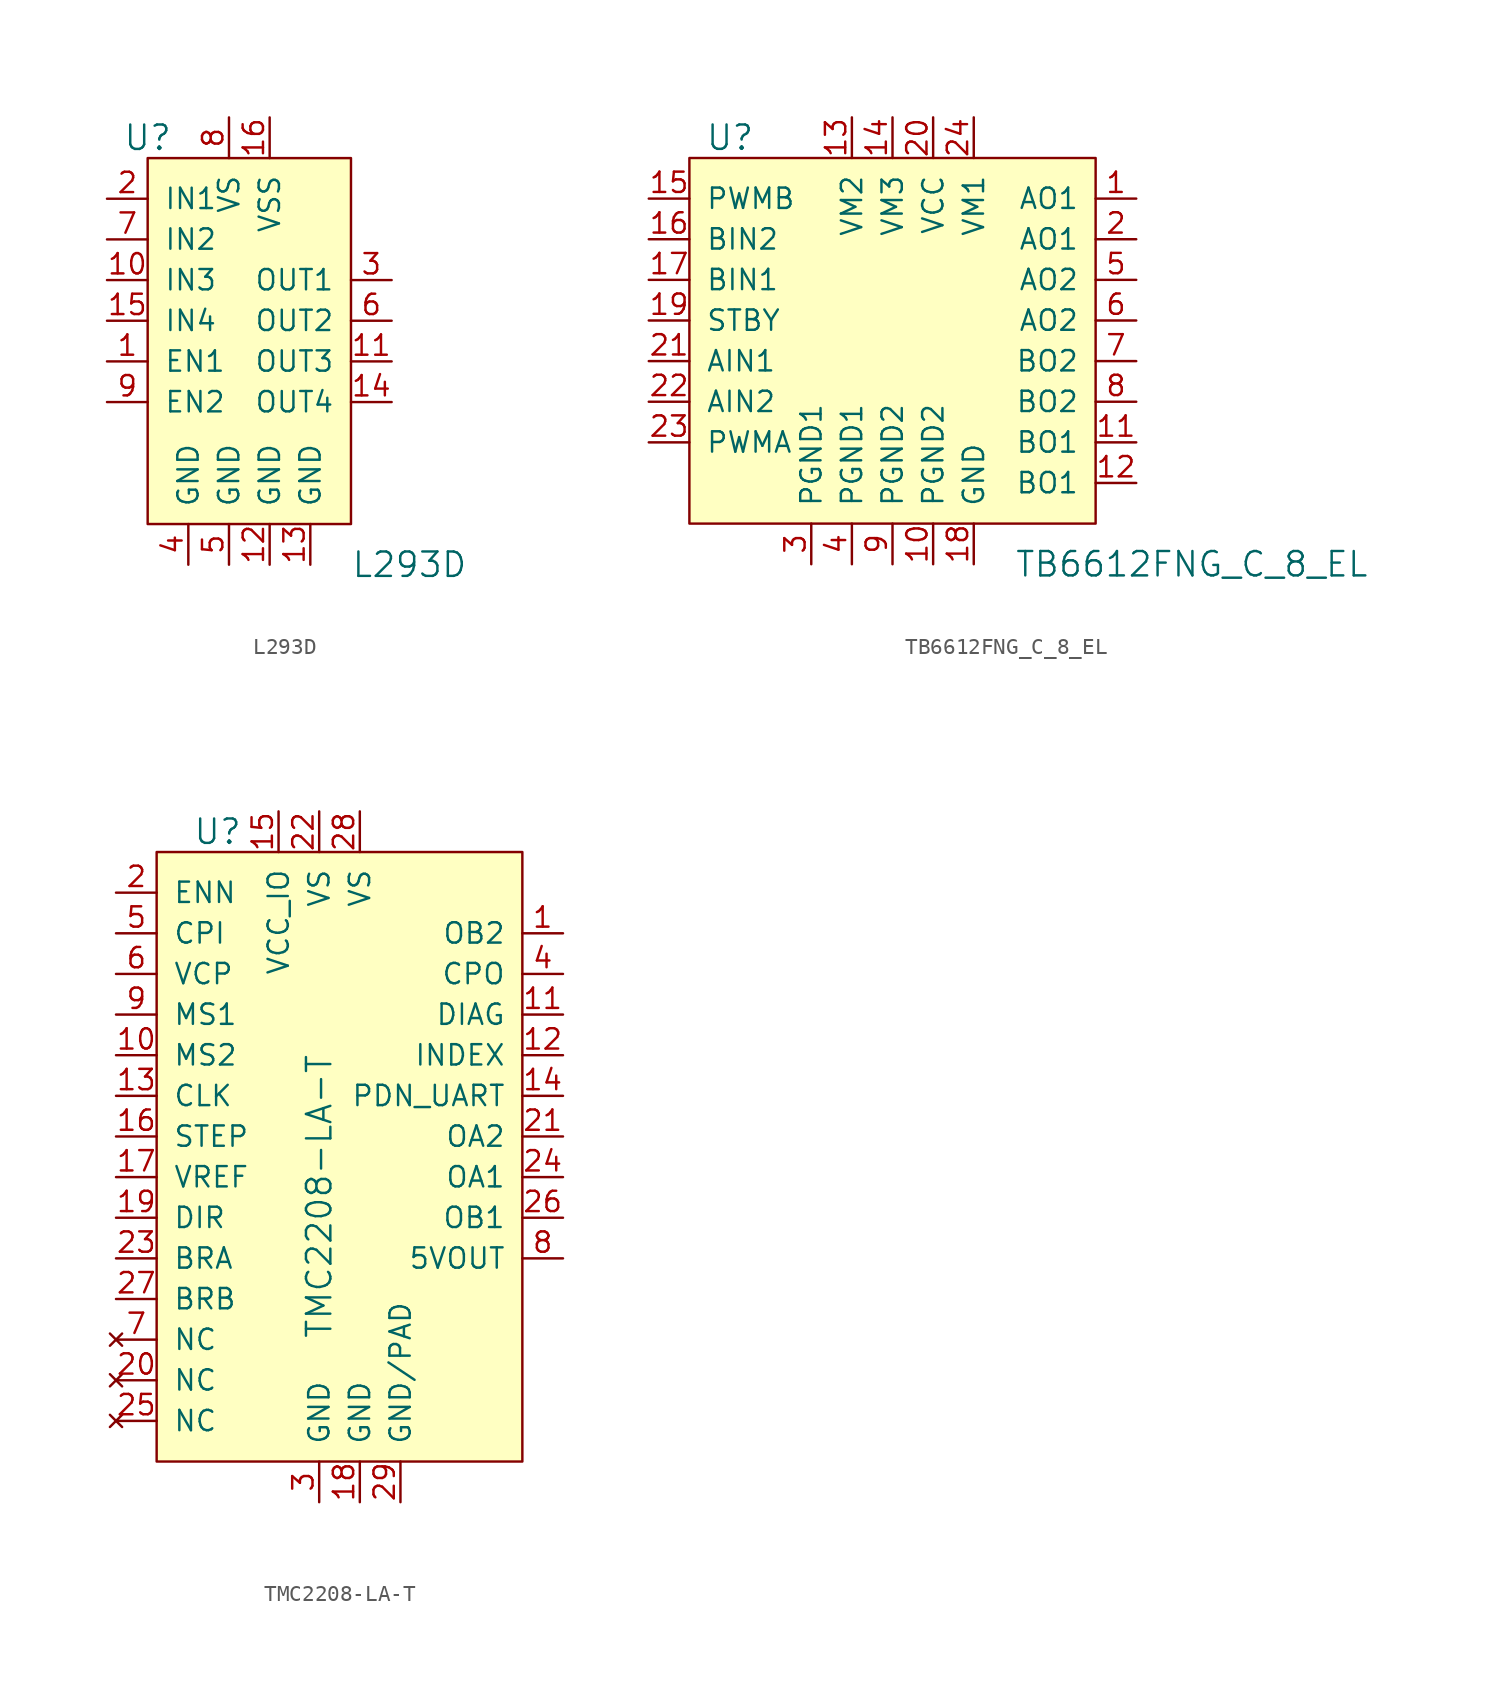
<source format=kicad_sym>
(kicad_symbol_lib
  (version 20211014)
  (generator kicad_symbol_editor)
  (symbol "L293D"
    (pin_names
      (offset 1.016))
    (property "Reference" "U"
      (at -5.08 11.43 0)
      (effects (font (size 1.524 1.524))))
    (property "Value" "L293D"
      (at 7.62 -15.24 0)
      (effects (font (size 1.524 1.524)) (justify left)))
    (symbol "L293D_0_1"
      (rectangle (start -5.08 10.16) (end 7.62 -12.7) (stroke (width 0) (type default) (color 0 0 0 0)) (fill (type background))))
    (symbol "L293D_1_1"
      (pin input line (at -7.62 -2.54 0) (length 2.54) (name "EN1" (effects (font (size 1.27 1.27)))) (number "1" (effects (font (size 1.27 1.27)))))
      (pin input line (at -7.62 2.54 0) (length 2.54) (name "IN3" (effects (font (size 1.27 1.27)))) (number "10" (effects (font (size 1.27 1.27)))))
      (pin output line (at 10.16 -2.54 180) (length 2.54) (name "OUT3" (effects (font (size 1.27 1.27)))) (number "11" (effects (font (size 1.27 1.27)))))
      (pin power_in line (at 2.54 -15.24 90) (length 2.54) (name "GND" (effects (font (size 1.27 1.27)))) (number "12" (effects (font (size 1.27 1.27)))))
      (pin power_in line (at 5.08 -15.24 90) (length 2.54) (name "GND" (effects (font (size 1.27 1.27)))) (number "13" (effects (font (size 1.27 1.27)))))
      (pin output line (at 10.16 -5.08 180) (length 2.54) (name "OUT4" (effects (font (size 1.27 1.27)))) (number "14" (effects (font (size 1.27 1.27)))))
      (pin input line (at -7.62 0 0) (length 2.54) (name "IN4" (effects (font (size 1.27 1.27)))) (number "15" (effects (font (size 1.27 1.27)))))
      (pin power_in line (at 2.54 12.7 270) (length 2.54) (name "VSS" (effects (font (size 1.27 1.27)))) (number "16" (effects (font (size 1.27 1.27)))))
      (pin input line (at -7.62 7.62 0) (length 2.54) (name "IN1" (effects (font (size 1.27 1.27)))) (number "2" (effects (font (size 1.27 1.27)))))
      (pin output line (at 10.16 2.54 180) (length 2.54) (name "OUT1" (effects (font (size 1.27 1.27)))) (number "3" (effects (font (size 1.27 1.27)))))
      (pin power_in line (at -2.54 -15.24 90) (length 2.54) (name "GND" (effects (font (size 1.27 1.27)))) (number "4" (effects (font (size 1.27 1.27)))))
      (pin power_in line (at 0 -15.24 90) (length 2.54) (name "GND" (effects (font (size 1.27 1.27)))) (number "5" (effects (font (size 1.27 1.27)))))
      (pin output line (at 10.16 0 180) (length 2.54) (name "OUT2" (effects (font (size 1.27 1.27)))) (number "6" (effects (font (size 1.27 1.27)))))
      (pin input line (at -7.62 5.08 0) (length 2.54) (name "IN2" (effects (font (size 1.27 1.27)))) (number "7" (effects (font (size 1.27 1.27)))))
      (pin power_in line (at 0 12.7 270) (length 2.54) (name "VS" (effects (font (size 1.27 1.27)))) (number "8" (effects (font (size 1.27 1.27)))))
      (pin input line (at -7.62 -5.08 0) (length 2.54) (name "EN2" (effects (font (size 1.27 1.27)))) (number "9" (effects (font (size 1.27 1.27)))))))
  (symbol "TB6612FNG_C_8_EL"
    (pin_names
      (offset 1.016))
    (property "Reference" "U"
      (at -12.7 11.43 0)
      (effects (font (size 1.524 1.524))))
    (property "Value" "TB6612FNG_C_8_EL"
      (at 5.08 -15.24 0)
      (effects (font (size 1.524 1.524)) (justify left)))
    (symbol "TB6612FNG_C_8_EL_0_1"
      (rectangle (start -15.24 10.16) (end 10.16 -12.7) (stroke (width 0) (type default) (color 0 0 0 0)) (fill (type background))))
    (symbol "TB6612FNG_C_8_EL_1_1"
      (pin output line (at 12.7 7.62 180) (length 2.54) (name "AO1" (effects (font (size 1.27 1.27)))) (number "1" (effects (font (size 1.27 1.27)))))
      (pin power_in line (at 0 -15.24 90) (length 2.54) (name "PGND2" (effects (font (size 1.27 1.27)))) (number "10" (effects (font (size 1.27 1.27)))))
      (pin output line (at 12.7 -7.62 180) (length 2.54) (name "BO1" (effects (font (size 1.27 1.27)))) (number "11" (effects (font (size 1.27 1.27)))))
      (pin output line (at 12.7 -10.16 180) (length 2.54) (name "BO1" (effects (font (size 1.27 1.27)))) (number "12" (effects (font (size 1.27 1.27)))))
      (pin power_in line (at -5.08 12.7 270) (length 2.54) (name "VM2" (effects (font (size 1.27 1.27)))) (number "13" (effects (font (size 1.27 1.27)))))
      (pin power_in line (at -2.54 12.7 270) (length 2.54) (name "VM3" (effects (font (size 1.27 1.27)))) (number "14" (effects (font (size 1.27 1.27)))))
      (pin input line (at -17.78 7.62 0) (length 2.54) (name "PWMB" (effects (font (size 1.27 1.27)))) (number "15" (effects (font (size 1.27 1.27)))))
      (pin input line (at -17.78 5.08 0) (length 2.54) (name "BIN2" (effects (font (size 1.27 1.27)))) (number "16" (effects (font (size 1.27 1.27)))))
      (pin input line (at -17.78 2.54 0) (length 2.54) (name "BIN1" (effects (font (size 1.27 1.27)))) (number "17" (effects (font (size 1.27 1.27)))))
      (pin power_in line (at 2.54 -15.24 90) (length 2.54) (name "GND" (effects (font (size 1.27 1.27)))) (number "18" (effects (font (size 1.27 1.27)))))
      (pin input line (at -17.78 0 0) (length 2.54) (name "STBY" (effects (font (size 1.27 1.27)))) (number "19" (effects (font (size 1.27 1.27)))))
      (pin output line (at 12.7 5.08 180) (length 2.54) (name "AO1" (effects (font (size 1.27 1.27)))) (number "2" (effects (font (size 1.27 1.27)))))
      (pin power_in line (at 0 12.7 270) (length 2.54) (name "VCC" (effects (font (size 1.27 1.27)))) (number "20" (effects (font (size 1.27 1.27)))))
      (pin input line (at -17.78 -2.54 0) (length 2.54) (name "AIN1" (effects (font (size 1.27 1.27)))) (number "21" (effects (font (size 1.27 1.27)))))
      (pin input line (at -17.78 -5.08 0) (length 2.54) (name "AIN2" (effects (font (size 1.27 1.27)))) (number "22" (effects (font (size 1.27 1.27)))))
      (pin input line (at -17.78 -7.62 0) (length 2.54) (name "PWMA" (effects (font (size 1.27 1.27)))) (number "23" (effects (font (size 1.27 1.27)))))
      (pin power_in line (at 2.54 12.7 270) (length 2.54) (name "VM1" (effects (font (size 1.27 1.27)))) (number "24" (effects (font (size 1.27 1.27)))))
      (pin power_in line (at -7.62 -15.24 90) (length 2.54) (name "PGND1" (effects (font (size 1.27 1.27)))) (number "3" (effects (font (size 1.27 1.27)))))
      (pin power_in line (at -5.08 -15.24 90) (length 2.54) (name "PGND1" (effects (font (size 1.27 1.27)))) (number "4" (effects (font (size 1.27 1.27)))))
      (pin output line (at 12.7 2.54 180) (length 2.54) (name "AO2" (effects (font (size 1.27 1.27)))) (number "5" (effects (font (size 1.27 1.27)))))
      (pin output line (at 12.7 0 180) (length 2.54) (name "AO2" (effects (font (size 1.27 1.27)))) (number "6" (effects (font (size 1.27 1.27)))))
      (pin output line (at 12.7 -2.54 180) (length 2.54) (name "BO2" (effects (font (size 1.27 1.27)))) (number "7" (effects (font (size 1.27 1.27)))))
      (pin output line (at 12.7 -5.08 180) (length 2.54) (name "BO2" (effects (font (size 1.27 1.27)))) (number "8" (effects (font (size 1.27 1.27)))))
      (pin power_in line (at -2.54 -15.24 90) (length 2.54) (name "PGND2" (effects (font (size 1.27 1.27)))) (number "9" (effects (font (size 1.27 1.27)))))))
  (symbol "TMC2208-LA-T"
    (pin_names
      (offset 1.016))
    (property "Reference" "U"
      (at -1.27 19.05 0)
      (effects (font (size 1.524 1.524))))
    (property "Value" "TMC2208-LA-T"
      (at 5.08 -12.7 90)
      (effects (font (size 1.524 1.524)) (justify left)))
    (symbol "TMC2208-LA-T_0_1"
      (rectangle (start -5.08 17.78) (end 17.78 -20.32) (stroke (width 0) (type default) (color 0 0 0 0)) (fill (type background))))
    (symbol "TMC2208-LA-T_1_1"
      (pin output line (at 20.32 12.7 180) (length 2.54) (name "OB2" (effects (font (size 1.27 1.27)))) (number "1" (effects (font (size 1.27 1.27)))))
      (pin input line (at -7.62 5.08 0) (length 2.54) (name "MS2" (effects (font (size 1.27 1.27)))) (number "10" (effects (font (size 1.27 1.27)))))
      (pin output line (at 20.32 7.62 180) (length 2.54) (name "DIAG" (effects (font (size 1.27 1.27)))) (number "11" (effects (font (size 1.27 1.27)))))
      (pin output line (at 20.32 5.08 180) (length 2.54) (name "INDEX" (effects (font (size 1.27 1.27)))) (number "12" (effects (font (size 1.27 1.27)))))
      (pin input line (at -7.62 2.54 0) (length 2.54) (name "CLK" (effects (font (size 1.27 1.27)))) (number "13" (effects (font (size 1.27 1.27)))))
      (pin output line (at 20.32 2.54 180) (length 2.54) (name "PDN_UART" (effects (font (size 1.27 1.27)))) (number "14" (effects (font (size 1.27 1.27)))))
      (pin power_in line (at 2.54 20.32 270) (length 2.54) (name "VCC_IO" (effects (font (size 1.27 1.27)))) (number "15" (effects (font (size 1.27 1.27)))))
      (pin input line (at -7.62 0 0) (length 2.54) (name "STEP" (effects (font (size 1.27 1.27)))) (number "16" (effects (font (size 1.27 1.27)))))
      (pin input line (at -7.62 -2.54 0) (length 2.54) (name "VREF" (effects (font (size 1.27 1.27)))) (number "17" (effects (font (size 1.27 1.27)))))
      (pin power_in line (at 7.62 -22.86 90) (length 2.54) (name "GND" (effects (font (size 1.27 1.27)))) (number "18" (effects (font (size 1.27 1.27)))))
      (pin input line (at -7.62 -5.08 0) (length 2.54) (name "DIR" (effects (font (size 1.27 1.27)))) (number "19" (effects (font (size 1.27 1.27)))))
      (pin input line (at -7.62 15.24 0) (length 2.54) (name "ENN" (effects (font (size 1.27 1.27)))) (number "2" (effects (font (size 1.27 1.27)))))
      (pin no_connect line (at -7.62 -15.24 0) (length 2.54) (name "NC" (effects (font (size 1.27 1.27)))) (number "20" (effects (font (size 1.27 1.27)))))
      (pin output line (at 20.32 0 180) (length 2.54) (name "OA2" (effects (font (size 1.27 1.27)))) (number "21" (effects (font (size 1.27 1.27)))))
      (pin power_in line (at 5.08 20.32 270) (length 2.54) (name "VS" (effects (font (size 1.27 1.27)))) (number "22" (effects (font (size 1.27 1.27)))))
      (pin input line (at -7.62 -7.62 0) (length 2.54) (name "BRA" (effects (font (size 1.27 1.27)))) (number "23" (effects (font (size 1.27 1.27)))))
      (pin output line (at 20.32 -2.54 180) (length 2.54) (name "OA1" (effects (font (size 1.27 1.27)))) (number "24" (effects (font (size 1.27 1.27)))))
      (pin no_connect line (at -7.62 -17.78 0) (length 2.54) (name "NC" (effects (font (size 1.27 1.27)))) (number "25" (effects (font (size 1.27 1.27)))))
      (pin output line (at 20.32 -5.08 180) (length 2.54) (name "OB1" (effects (font (size 1.27 1.27)))) (number "26" (effects (font (size 1.27 1.27)))))
      (pin input line (at -7.62 -10.16 0) (length 2.54) (name "BRB" (effects (font (size 1.27 1.27)))) (number "27" (effects (font (size 1.27 1.27)))))
      (pin power_in line (at 7.62 20.32 270) (length 2.54) (name "VS" (effects (font (size 1.27 1.27)))) (number "28" (effects (font (size 1.27 1.27)))))
      (pin power_in line (at 10.16 -22.86 90) (length 2.54) (name "GND/PAD" (effects (font (size 1.27 1.27)))) (number "29" (effects (font (size 1.27 1.27)))))
      (pin power_in line (at 5.08 -22.86 90) (length 2.54) (name "GND" (effects (font (size 1.27 1.27)))) (number "3" (effects (font (size 1.27 1.27)))))
      (pin output line (at 20.32 10.16 180) (length 2.54) (name "CPO" (effects (font (size 1.27 1.27)))) (number "4" (effects (font (size 1.27 1.27)))))
      (pin input line (at -7.62 12.7 0) (length 2.54) (name "CPI" (effects (font (size 1.27 1.27)))) (number "5" (effects (font (size 1.27 1.27)))))
      (pin input line (at -7.62 10.16 0) (length 2.54) (name "VCP" (effects (font (size 1.27 1.27)))) (number "6" (effects (font (size 1.27 1.27)))))
      (pin no_connect line (at -7.62 -12.7 0) (length 2.54) (name "NC" (effects (font (size 1.27 1.27)))) (number "7" (effects (font (size 1.27 1.27)))))
      (pin power_out line (at 20.32 -7.62 180) (length 2.54) (name "5VOUT" (effects (font (size 1.27 1.27)))) (number "8" (effects (font (size 1.27 1.27)))))
      (pin input line (at -7.62 7.62 0) (length 2.54) (name "MS1" (effects (font (size 1.27 1.27)))) (number "9" (effects (font (size 1.27 1.27))))))))
</source>
